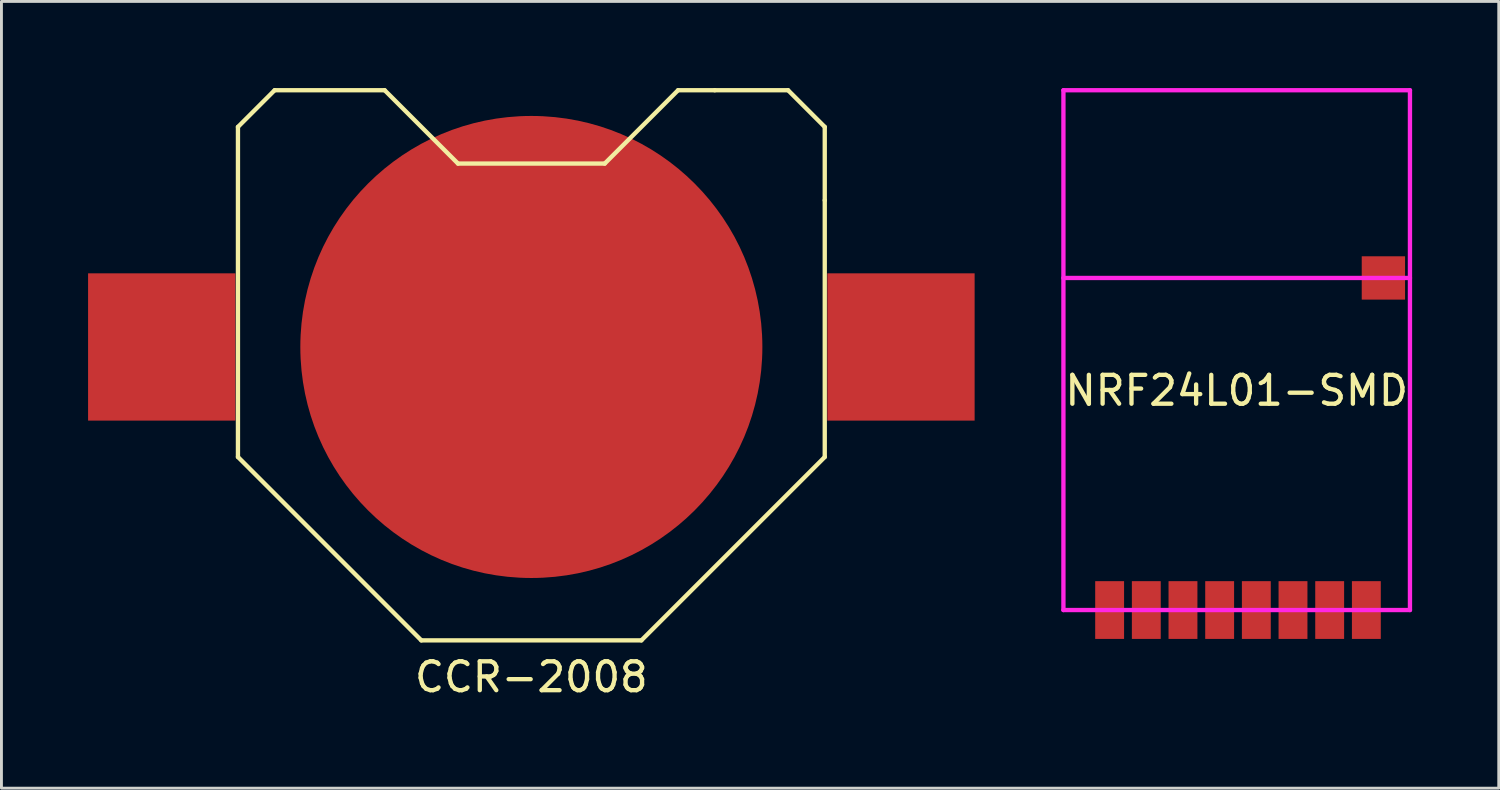
<source format=kicad_pcb>
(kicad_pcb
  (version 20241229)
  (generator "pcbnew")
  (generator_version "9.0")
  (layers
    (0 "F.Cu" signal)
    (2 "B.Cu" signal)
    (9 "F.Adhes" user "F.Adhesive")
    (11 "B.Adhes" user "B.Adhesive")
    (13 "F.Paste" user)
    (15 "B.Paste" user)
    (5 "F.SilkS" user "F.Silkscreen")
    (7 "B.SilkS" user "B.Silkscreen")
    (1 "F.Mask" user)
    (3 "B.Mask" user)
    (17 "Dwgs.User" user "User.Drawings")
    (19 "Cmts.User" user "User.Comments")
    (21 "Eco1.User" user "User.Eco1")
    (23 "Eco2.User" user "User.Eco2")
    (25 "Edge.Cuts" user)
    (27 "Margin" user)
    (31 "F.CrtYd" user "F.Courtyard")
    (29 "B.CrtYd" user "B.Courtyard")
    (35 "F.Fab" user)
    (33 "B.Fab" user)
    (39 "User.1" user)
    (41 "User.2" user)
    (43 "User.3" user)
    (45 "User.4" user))
  (footprint "CCR-2008"
    (layer "F.Cu")
    (at 15.35 8.965)
    (property "Reference" "CCR-2008" (at 0 11.43 0) (layer "F.SilkS") (effects (font (size 1 1) (thickness 0.15))))
    (attr through_hole)
    (fp_line (start -10.16 -7.62) (end -10.16 3.81) (stroke (width 0.15) (type solid)) (layer "F.SilkS"))
    (fp_line (start -10.16 3.81) (end -3.81 10.16) (stroke (width 0.15) (type solid)) (layer "F.SilkS"))
    (fp_line (start -8.89 -8.89) (end -10.16 -7.62) (stroke (width 0.15) (type solid)) (layer "F.SilkS"))
    (fp_line (start -5.08 -8.89) (end -8.89 -8.89) (stroke (width 0.15) (type solid)) (layer "F.SilkS"))
    (fp_line (start -3.81 10.16) (end 3.81 10.16) (stroke (width 0.15) (type solid)) (layer "F.SilkS"))
    (fp_line (start -2.54 -6.35) (end -5.08 -8.89) (stroke (width 0.15) (type solid)) (layer "F.SilkS"))
    (fp_line (start 2.54 -6.35) (end -2.54 -6.35) (stroke (width 0.15) (type solid)) (layer "F.SilkS"))
    (fp_line (start 3.81 10.16) (end 10.16 3.81) (stroke (width 0.15) (type solid)) (layer "F.SilkS"))
    (fp_line (start 5.08 -8.89) (end 2.54 -6.35) (stroke (width 0.15) (type solid)) (layer "F.SilkS"))
    (fp_line (start 6.35 -8.89) (end 5.08 -8.89) (stroke (width 0.15) (type solid)) (layer "F.SilkS"))
    (fp_line (start 8.89 -8.89) (end 6.35 -8.89) (stroke (width 0.15) (type solid)) (layer "F.SilkS"))
    (fp_line (start 10.16 -7.62) (end 8.89 -8.89) (stroke (width 0.15) (type solid)) (layer "F.SilkS"))
    (fp_line (start 10.16 -5.08) (end 10.16 -7.62) (stroke (width 0.15) (type solid)) (layer "F.SilkS"))
    (fp_line (start 10.16 3.81) (end 10.16 -5.08) (stroke (width 0.15) (type solid)) (layer "F.SilkS"))
    (pad "1" smd rect (at -12.8 0) (size 5.1 5.1) (layers "F.Cu" "F.Mask" "F.Paste"))
    (pad "1" smd rect (at 12.8 0) (size 5.1 5.1) (layers "F.Cu" "F.Mask" "F.Paste"))
    (pad "2" smd circle (at 0 0) (size 16 16) (layers "F.Cu" "F.Mask" "F.Paste")))
  (footprint "NRF24L01-SMD"
    (layer "F.Cu")
    (at 39.775 9.375)
    (property "Reference" "NRF24L01-SMD" (at 0 1.1 0) (layer "F.SilkS") (effects (font (size 1 1) (thickness 0.15))))
    (attr through_hole)
    (fp_line (start -6 -9.3) (end 6 -9.3) (stroke (width 0.15) (type solid)) (layer "F.CrtYd"))
    (fp_line (start -6 -2.8) (end 6 -2.8) (stroke (width 0.15) (type solid)) (layer "F.CrtYd"))
    (fp_line (start -6 8.7) (end -6 -9.3) (stroke (width 0.15) (type solid)) (layer "F.CrtYd"))
    (fp_line (start 6 -9.3) (end 6 8.7) (stroke (width 0.15) (type solid)) (layer "F.CrtYd"))
    (fp_line (start 6 8.7) (end -6 8.7) (stroke (width 0.15) (type solid)) (layer "F.CrtYd"))
    (pad "1" smd rect (at -3.13 8.7) (size 1 2) (layers "F.Cu" "F.Mask" "F.Paste"))
    (pad "1" smd rect (at 5.08 -2.8) (size 1.5 1.5) (layers "F.Cu" "F.Mask" "F.Paste"))
    (pad "2" smd rect (at -4.4 8.7) (size 1 2) (layers "F.Cu" "F.Mask" "F.Paste"))
    (pad "3" smd rect (at -1.86 8.7) (size 1 2) (layers "F.Cu" "F.Mask" "F.Paste"))
    (pad "4" smd rect (at -0.59 8.7) (size 1 2) (layers "F.Cu" "F.Mask" "F.Paste"))
    (pad "5" smd rect (at 0.68 8.7) (size 1 2) (layers "F.Cu" "F.Mask" "F.Paste"))
    (pad "6" smd rect (at 1.95 8.7) (size 1 2) (layers "F.Cu" "F.Mask" "F.Paste"))
    (pad "7" smd rect (at 3.22 8.7) (size 1 2) (layers "F.Cu" "F.Mask" "F.Paste"))
    (pad "8" smd rect (at 4.49 8.7) (size 1 2) (layers "F.Cu" "F.Mask" "F.Paste")))
  (gr_rect
    (start -3 -3)
    (end 48.85 24.243)
    (stroke (width 0.1) (type default))
    (fill no)
    (layer "Edge.Cuts")))
</source>
